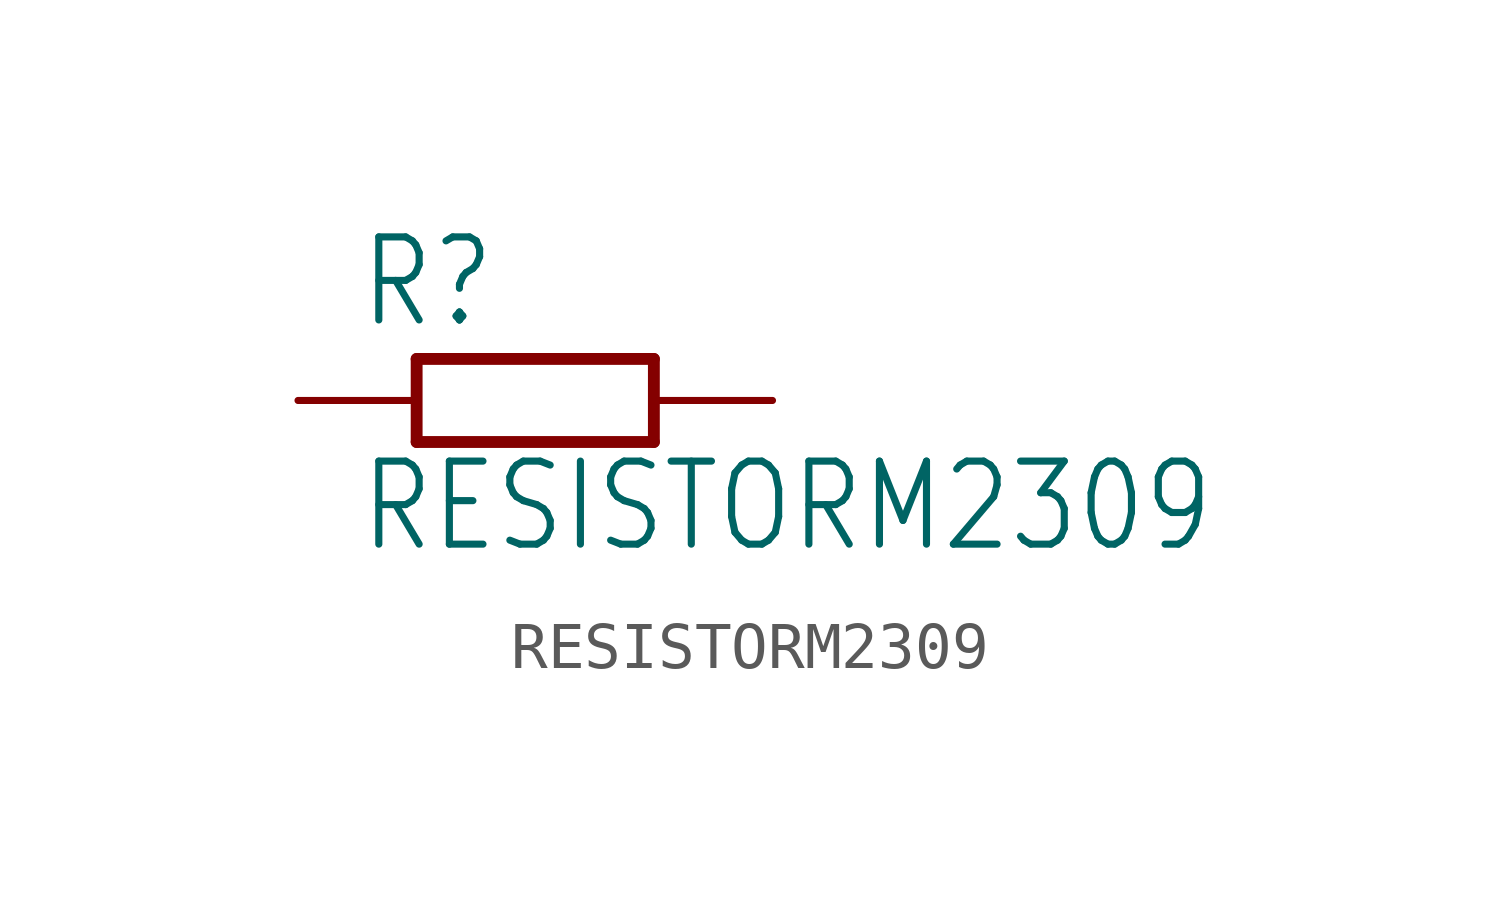
<source format=kicad_sym>
(kicad_symbol_lib
  (version 20211014)
  (generator kicad_symbol_editor)
  (symbol "RESISTORM2309"
    (property "Reference" "R"
      (at -3.81 1.499 0)
      (effects (font (size 1.778 1.511)) (justify left bottom)))
    (property "Value" "RESISTORM2309"
      (at -3.81 -3.302 0)
      (effects (font (size 1.778 1.511)) (justify left bottom)))
    (property "ki_locked" ""
      (at 0 0 0)
      (effects (font (size 1.27 1.27))))
    (symbol "RESISTORM2309_1_0"
      (polyline (pts (xy -2.54 -0.889) (xy -2.54 0.889)) (stroke (width 0.254) (type default) (color 0 0 0 0)) (fill (type none)))
      (polyline (pts (xy -2.54 -0.889) (xy 2.54 -0.889)) (stroke (width 0.254) (type default) (color 0 0 0 0)) (fill (type none)))
      (polyline (pts (xy 2.54 -0.889) (xy 2.54 0.889)) (stroke (width 0.254) (type default) (color 0 0 0 0)) (fill (type none)))
      (polyline (pts (xy 2.54 0.889) (xy -2.54 0.889)) (stroke (width 0.254) (type default) (color 0 0 0 0)) (fill (type none)))
      (pin passive line (at -5.08 0 0) (length 2.54) (name "1" (effects (font (size 0 0)))) (number "1" (effects (font (size 0 0)))))
      (pin passive line (at 5.08 0 180) (length 2.54) (name "2" (effects (font (size 0 0)))) (number "2" (effects (font (size 0 0))))))))
</source>
